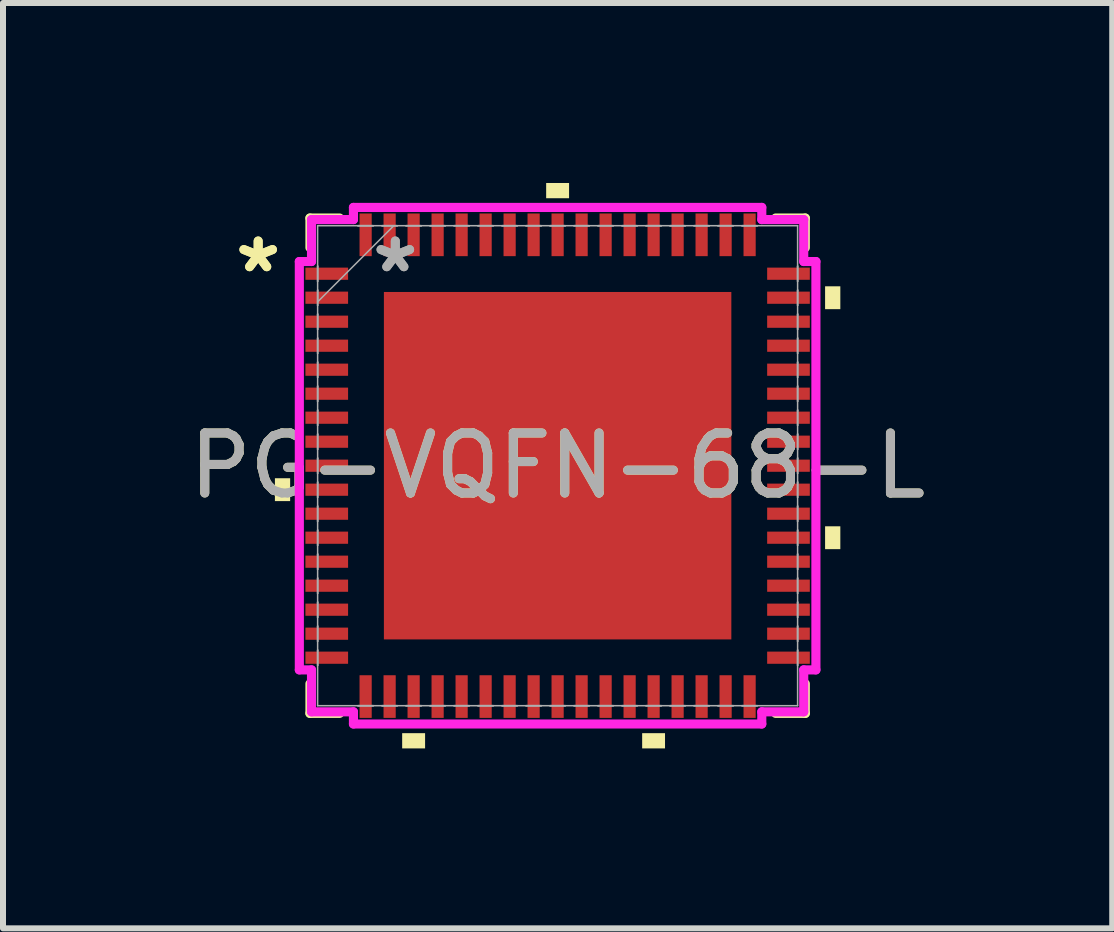
<source format=kicad_pcb>
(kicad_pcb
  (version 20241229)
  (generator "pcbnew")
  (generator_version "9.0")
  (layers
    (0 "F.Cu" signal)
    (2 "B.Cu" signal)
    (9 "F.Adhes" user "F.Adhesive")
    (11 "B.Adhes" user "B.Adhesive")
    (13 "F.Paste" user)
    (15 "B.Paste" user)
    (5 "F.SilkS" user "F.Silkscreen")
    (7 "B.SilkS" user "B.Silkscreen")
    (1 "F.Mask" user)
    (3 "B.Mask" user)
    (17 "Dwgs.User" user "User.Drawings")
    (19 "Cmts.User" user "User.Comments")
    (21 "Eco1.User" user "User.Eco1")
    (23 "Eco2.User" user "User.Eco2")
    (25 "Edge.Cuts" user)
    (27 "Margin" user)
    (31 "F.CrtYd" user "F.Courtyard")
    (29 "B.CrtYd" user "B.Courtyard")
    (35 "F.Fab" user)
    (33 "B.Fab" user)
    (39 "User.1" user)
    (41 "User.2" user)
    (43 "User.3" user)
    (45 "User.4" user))
  (footprint "PG-VQFN-68-L"
    (layer "F.Cu")
    (at 6.244 4.712)
    (property "Reference" "PG-VQFN-68-L" (at 0 0 0) (unlocked yes) (layer "F.SilkS") (effects (font (size 1 1) (thickness 0.15))))
    (attr smd)
    (fp_line (start -4.128 -4.128) (end -4.128 -3.634) (stroke (width 0.152) (type solid)) (layer "F.SilkS"))
    (fp_line (start -4.128 3.634) (end -4.128 4.128) (stroke (width 0.152) (type solid)) (layer "F.SilkS"))
    (fp_line (start -4.128 4.128) (end -3.634 4.128) (stroke (width 0.152) (type solid)) (layer "F.SilkS"))
    (fp_line (start -3.634 -4.128) (end -4.128 -4.128) (stroke (width 0.152) (type solid)) (layer "F.SilkS"))
    (fp_line (start 3.634 4.128) (end 4.128 4.128) (stroke (width 0.152) (type solid)) (layer "F.SilkS"))
    (fp_line (start 4.128 -4.128) (end 3.634 -4.128) (stroke (width 0.152) (type solid)) (layer "F.SilkS"))
    (fp_line (start 4.128 -3.634) (end 4.128 -4.128) (stroke (width 0.152) (type solid)) (layer "F.SilkS"))
    (fp_line (start 4.128 4.128) (end 4.128 3.634) (stroke (width 0.152) (type solid)) (layer "F.SilkS"))
    (fp_poly (pts (xy -4.712 0.209) (xy -4.712 0.59) (xy -4.458 0.59) (xy -4.458 0.209)) (stroke (width 0) (type solid)) (fill yes) (layer "F.SilkS"))
    (fp_poly (pts (xy -2.591 4.458) (xy -2.591 4.712) (xy -2.209 4.712) (xy -2.209 4.458)) (stroke (width 0) (type solid)) (fill yes) (layer "F.SilkS"))
    (fp_poly (pts (xy -0.191 -4.458) (xy -0.191 -4.712) (xy 0.191 -4.712) (xy 0.191 -4.458)) (stroke (width 0) (type solid)) (fill yes) (layer "F.SilkS"))
    (fp_poly (pts (xy 1.409 4.458) (xy 1.409 4.712) (xy 1.79 4.712) (xy 1.79 4.458)) (stroke (width 0) (type solid)) (fill yes) (layer "F.SilkS"))
    (fp_poly (pts (xy 4.712 -2.99) (xy 4.712 -2.609) (xy 4.458 -2.609) (xy 4.458 -2.99)) (stroke (width 0) (type solid)) (fill yes) (layer "F.SilkS"))
    (fp_poly (pts (xy 4.712 1.01) (xy 4.712 1.391) (xy 4.458 1.391) (xy 4.458 1.01)) (stroke (width 0) (type solid)) (fill yes) (layer "F.SilkS"))
    (fp_line (start -4.305 -3.403) (end -4.102 -3.403) (stroke (width 0.152) (type solid)) (layer "F.CrtYd"))
    (fp_line (start -4.305 3.403) (end -4.305 -3.403) (stroke (width 0.152) (type solid)) (layer "F.CrtYd"))
    (fp_line (start -4.102 -4.102) (end -3.403 -4.102) (stroke (width 0.152) (type solid)) (layer "F.CrtYd"))
    (fp_line (start -4.102 -3.403) (end -4.102 -4.102) (stroke (width 0.152) (type solid)) (layer "F.CrtYd"))
    (fp_line (start -4.102 3.403) (end -4.305 3.403) (stroke (width 0.152) (type solid)) (layer "F.CrtYd"))
    (fp_line (start -4.102 4.102) (end -4.102 3.403) (stroke (width 0.152) (type solid)) (layer "F.CrtYd"))
    (fp_line (start -3.403 -4.305) (end 3.403 -4.305) (stroke (width 0.152) (type solid)) (layer "F.CrtYd"))
    (fp_line (start -3.403 -4.102) (end -3.403 -4.305) (stroke (width 0.152) (type solid)) (layer "F.CrtYd"))
    (fp_line (start -3.403 4.102) (end -4.102 4.102) (stroke (width 0.152) (type solid)) (layer "F.CrtYd"))
    (fp_line (start -3.403 4.305) (end -3.403 4.102) (stroke (width 0.152) (type solid)) (layer "F.CrtYd"))
    (fp_line (start 3.403 -4.305) (end 3.403 -4.102) (stroke (width 0.152) (type solid)) (layer "F.CrtYd"))
    (fp_line (start 3.403 -4.102) (end 4.102 -4.102) (stroke (width 0.152) (type solid)) (layer "F.CrtYd"))
    (fp_line (start 3.403 4.102) (end 3.403 4.305) (stroke (width 0.152) (type solid)) (layer "F.CrtYd"))
    (fp_line (start 3.403 4.305) (end -3.403 4.305) (stroke (width 0.152) (type solid)) (layer "F.CrtYd"))
    (fp_line (start 4.102 -4.102) (end 4.102 -3.403) (stroke (width 0.152) (type solid)) (layer "F.CrtYd"))
    (fp_line (start 4.102 -3.403) (end 4.305 -3.403) (stroke (width 0.152) (type solid)) (layer "F.CrtYd"))
    (fp_line (start 4.102 3.403) (end 4.102 4.102) (stroke (width 0.152) (type solid)) (layer "F.CrtYd"))
    (fp_line (start 4.102 4.102) (end 3.403 4.102) (stroke (width 0.152) (type solid)) (layer "F.CrtYd"))
    (fp_line (start 4.305 -3.403) (end 4.305 3.403) (stroke (width 0.152) (type solid)) (layer "F.CrtYd"))
    (fp_line (start 4.305 3.403) (end 4.102 3.403) (stroke (width 0.152) (type solid)) (layer "F.CrtYd"))
    (fp_line (start -4 -4) (end -4 4) (stroke (width 0.025) (type solid)) (layer "F.Fab"))
    (fp_line (start -4 -3.327) (end -4 -3.327) (stroke (width 0.025) (type solid)) (layer "F.Fab"))
    (fp_line (start -4 -3.327) (end -4 -3.073) (stroke (width 0.025) (type solid)) (layer "F.Fab"))
    (fp_line (start -4 -3.073) (end -4 -3.327) (stroke (width 0.025) (type solid)) (layer "F.Fab"))
    (fp_line (start -4 -3.073) (end -4 -3.073) (stroke (width 0.025) (type solid)) (layer "F.Fab"))
    (fp_line (start -4 -2.927) (end -4 -2.927) (stroke (width 0.025) (type solid)) (layer "F.Fab"))
    (fp_line (start -4 -2.927) (end -4 -2.673) (stroke (width 0.025) (type solid)) (layer "F.Fab"))
    (fp_line (start -4 -2.731) (end -2.731 -4) (stroke (width 0.025) (type solid)) (layer "F.Fab"))
    (fp_line (start -4 -2.673) (end -4 -2.927) (stroke (width 0.025) (type solid)) (layer "F.Fab"))
    (fp_line (start -4 -2.673) (end -4 -2.673) (stroke (width 0.025) (type solid)) (layer "F.Fab"))
    (fp_line (start -4 -2.527) (end -4 -2.527) (stroke (width 0.025) (type solid)) (layer "F.Fab"))
    (fp_line (start -4 -2.527) (end -4 -2.273) (stroke (width 0.025) (type solid)) (layer "F.Fab"))
    (fp_line (start -4 -2.273) (end -4 -2.527) (stroke (width 0.025) (type solid)) (layer "F.Fab"))
    (fp_line (start -4 -2.273) (end -4 -2.273) (stroke (width 0.025) (type solid)) (layer "F.Fab"))
    (fp_line (start -4 -2.127) (end -4 -2.127) (stroke (width 0.025) (type solid)) (layer "F.Fab"))
    (fp_line (start -4 -2.127) (end -4 -1.873) (stroke (width 0.025) (type solid)) (layer "F.Fab"))
    (fp_line (start -4 -1.873) (end -4 -2.127) (stroke (width 0.025) (type solid)) (layer "F.Fab"))
    (fp_line (start -4 -1.873) (end -4 -1.873) (stroke (width 0.025) (type solid)) (layer "F.Fab"))
    (fp_line (start -4 -1.727) (end -4 -1.727) (stroke (width 0.025) (type solid)) (layer "F.Fab"))
    (fp_line (start -4 -1.727) (end -4 -1.473) (stroke (width 0.025) (type solid)) (layer "F.Fab"))
    (fp_line (start -4 -1.473) (end -4 -1.727) (stroke (width 0.025) (type solid)) (layer "F.Fab"))
    (fp_line (start -4 -1.473) (end -4 -1.473) (stroke (width 0.025) (type solid)) (layer "F.Fab"))
    (fp_line (start -4 -1.327) (end -4 -1.327) (stroke (width 0.025) (type solid)) (layer "F.Fab"))
    (fp_line (start -4 -1.327) (end -4 -1.073) (stroke (width 0.025) (type solid)) (layer "F.Fab"))
    (fp_line (start -4 -1.073) (end -4 -1.327) (stroke (width 0.025) (type solid)) (layer "F.Fab"))
    (fp_line (start -4 -1.073) (end -4 -1.073) (stroke (width 0.025) (type solid)) (layer "F.Fab"))
    (fp_line (start -4 -0.927) (end -4 -0.927) (stroke (width 0.025) (type solid)) (layer "F.Fab"))
    (fp_line (start -4 -0.927) (end -4 -0.673) (stroke (width 0.025) (type solid)) (layer "F.Fab"))
    (fp_line (start -4 -0.673) (end -4 -0.927) (stroke (width 0.025) (type solid)) (layer "F.Fab"))
    (fp_line (start -4 -0.673) (end -4 -0.673) (stroke (width 0.025) (type solid)) (layer "F.Fab"))
    (fp_line (start -4 -0.527) (end -4 -0.527) (stroke (width 0.025) (type solid)) (layer "F.Fab"))
    (fp_line (start -4 -0.527) (end -4 -0.273) (stroke (width 0.025) (type solid)) (layer "F.Fab"))
    (fp_line (start -4 -0.273) (end -4 -0.527) (stroke (width 0.025) (type solid)) (layer "F.Fab"))
    (fp_line (start -4 -0.273) (end -4 -0.273) (stroke (width 0.025) (type solid)) (layer "F.Fab"))
    (fp_line (start -4 -0.127) (end -4 -0.127) (stroke (width 0.025) (type solid)) (layer "F.Fab"))
    (fp_line (start -4 -0.127) (end -4 0.127) (stroke (width 0.025) (type solid)) (layer "F.Fab"))
    (fp_line (start -4 0.127) (end -4 -0.127) (stroke (width 0.025) (type solid)) (layer "F.Fab"))
    (fp_line (start -4 0.127) (end -4 0.127) (stroke (width 0.025) (type solid)) (layer "F.Fab"))
    (fp_line (start -4 0.273) (end -4 0.273) (stroke (width 0.025) (type solid)) (layer "F.Fab"))
    (fp_line (start -4 0.273) (end -4 0.527) (stroke (width 0.025) (type solid)) (layer "F.Fab"))
    (fp_line (start -4 0.527) (end -4 0.273) (stroke (width 0.025) (type solid)) (layer "F.Fab"))
    (fp_line (start -4 0.527) (end -4 0.527) (stroke (width 0.025) (type solid)) (layer "F.Fab"))
    (fp_line (start -4 0.673) (end -4 0.673) (stroke (width 0.025) (type solid)) (layer "F.Fab"))
    (fp_line (start -4 0.673) (end -4 0.927) (stroke (width 0.025) (type solid)) (layer "F.Fab"))
    (fp_line (start -4 0.927) (end -4 0.673) (stroke (width 0.025) (type solid)) (layer "F.Fab"))
    (fp_line (start -4 0.927) (end -4 0.927) (stroke (width 0.025) (type solid)) (layer "F.Fab"))
    (fp_line (start -4 1.073) (end -4 1.073) (stroke (width 0.025) (type solid)) (layer "F.Fab"))
    (fp_line (start -4 1.073) (end -4 1.327) (stroke (width 0.025) (type solid)) (layer "F.Fab"))
    (fp_line (start -4 1.327) (end -4 1.073) (stroke (width 0.025) (type solid)) (layer "F.Fab"))
    (fp_line (start -4 1.327) (end -4 1.327) (stroke (width 0.025) (type solid)) (layer "F.Fab"))
    (fp_line (start -4 1.473) (end -4 1.473) (stroke (width 0.025) (type solid)) (layer "F.Fab"))
    (fp_line (start -4 1.473) (end -4 1.727) (stroke (width 0.025) (type solid)) (layer "F.Fab"))
    (fp_line (start -4 1.727) (end -4 1.473) (stroke (width 0.025) (type solid)) (layer "F.Fab"))
    (fp_line (start -4 1.727) (end -4 1.727) (stroke (width 0.025) (type solid)) (layer "F.Fab"))
    (fp_line (start -4 1.873) (end -4 1.873) (stroke (width 0.025) (type solid)) (layer "F.Fab"))
    (fp_line (start -4 1.873) (end -4 2.127) (stroke (width 0.025) (type solid)) (layer "F.Fab"))
    (fp_line (start -4 2.127) (end -4 1.873) (stroke (width 0.025) (type solid)) (layer "F.Fab"))
    (fp_line (start -4 2.127) (end -4 2.127) (stroke (width 0.025) (type solid)) (layer "F.Fab"))
    (fp_line (start -4 2.273) (end -4 2.273) (stroke (width 0.025) (type solid)) (layer "F.Fab"))
    (fp_line (start -4 2.273) (end -4 2.527) (stroke (width 0.025) (type solid)) (layer "F.Fab"))
    (fp_line (start -4 2.527) (end -4 2.273) (stroke (width 0.025) (type solid)) (layer "F.Fab"))
    (fp_line (start -4 2.527) (end -4 2.527) (stroke (width 0.025) (type solid)) (layer "F.Fab"))
    (fp_line (start -4 2.673) (end -4 2.673) (stroke (width 0.025) (type solid)) (layer "F.Fab"))
    (fp_line (start -4 2.673) (end -4 2.927) (stroke (width 0.025) (type solid)) (layer "F.Fab"))
    (fp_line (start -4 2.927) (end -4 2.673) (stroke (width 0.025) (type solid)) (layer "F.Fab"))
    (fp_line (start -4 2.927) (end -4 2.927) (stroke (width 0.025) (type solid)) (layer "F.Fab"))
    (fp_line (start -4 3.073) (end -4 3.073) (stroke (width 0.025) (type solid)) (layer "F.Fab"))
    (fp_line (start -4 3.073) (end -4 3.327) (stroke (width 0.025) (type solid)) (layer "F.Fab"))
    (fp_line (start -4 3.327) (end -4 3.073) (stroke (width 0.025) (type solid)) (layer "F.Fab"))
    (fp_line (start -4 3.327) (end -4 3.327) (stroke (width 0.025) (type solid)) (layer "F.Fab"))
    (fp_line (start -4 4) (end 4 4) (stroke (width 0.025) (type solid)) (layer "F.Fab"))
    (fp_line (start -3.327 -4) (end -3.327 -4) (stroke (width 0.025) (type solid)) (layer "F.Fab"))
    (fp_line (start -3.327 -4) (end -3.073 -4) (stroke (width 0.025) (type solid)) (layer "F.Fab"))
    (fp_line (start -3.327 4) (end -3.327 4) (stroke (width 0.025) (type solid)) (layer "F.Fab"))
    (fp_line (start -3.327 4) (end -3.073 4) (stroke (width 0.025) (type solid)) (layer "F.Fab"))
    (fp_line (start -3.073 -4) (end -3.327 -4) (stroke (width 0.025) (type solid)) (layer "F.Fab"))
    (fp_line (start -3.073 -4) (end -3.073 -4) (stroke (width 0.025) (type solid)) (layer "F.Fab"))
    (fp_line (start -3.073 4) (end -3.327 4) (stroke (width 0.025) (type solid)) (layer "F.Fab"))
    (fp_line (start -3.073 4) (end -3.073 4) (stroke (width 0.025) (type solid)) (layer "F.Fab"))
    (fp_line (start -2.927 -4) (end -2.927 -4) (stroke (width 0.025) (type solid)) (layer "F.Fab"))
    (fp_line (start -2.927 -4) (end -2.673 -4) (stroke (width 0.025) (type solid)) (layer "F.Fab"))
    (fp_line (start -2.927 4) (end -2.927 4) (stroke (width 0.025) (type solid)) (layer "F.Fab"))
    (fp_line (start -2.927 4) (end -2.673 4) (stroke (width 0.025) (type solid)) (layer "F.Fab"))
    (fp_line (start -2.673 -4) (end -2.927 -4) (stroke (width 0.025) (type solid)) (layer "F.Fab"))
    (fp_line (start -2.673 -4) (end -2.673 -4) (stroke (width 0.025) (type solid)) (layer "F.Fab"))
    (fp_line (start -2.673 4) (end -2.927 4) (stroke (width 0.025) (type solid)) (layer "F.Fab"))
    (fp_line (start -2.673 4) (end -2.673 4) (stroke (width 0.025) (type solid)) (layer "F.Fab"))
    (fp_line (start -2.527 -4) (end -2.527 -4) (stroke (width 0.025) (type solid)) (layer "F.Fab"))
    (fp_line (start -2.527 -4) (end -2.273 -4) (stroke (width 0.025) (type solid)) (layer "F.Fab"))
    (fp_line (start -2.527 4) (end -2.527 4) (stroke (width 0.025) (type solid)) (layer "F.Fab"))
    (fp_line (start -2.527 4) (end -2.273 4) (stroke (width 0.025) (type solid)) (layer "F.Fab"))
    (fp_line (start -2.273 -4) (end -2.527 -4) (stroke (width 0.025) (type solid)) (layer "F.Fab"))
    (fp_line (start -2.273 -4) (end -2.273 -4) (stroke (width 0.025) (type solid)) (layer "F.Fab"))
    (fp_line (start -2.273 4) (end -2.527 4) (stroke (width 0.025) (type solid)) (layer "F.Fab"))
    (fp_line (start -2.273 4) (end -2.273 4) (stroke (width 0.025) (type solid)) (layer "F.Fab"))
    (fp_line (start -2.127 -4) (end -2.127 -4) (stroke (width 0.025) (type solid)) (layer "F.Fab"))
    (fp_line (start -2.127 -4) (end -1.873 -4) (stroke (width 0.025) (type solid)) (layer "F.Fab"))
    (fp_line (start -2.127 4) (end -2.127 4) (stroke (width 0.025) (type solid)) (layer "F.Fab"))
    (fp_line (start -2.127 4) (end -1.873 4) (stroke (width 0.025) (type solid)) (layer "F.Fab"))
    (fp_line (start -1.873 -4) (end -2.127 -4) (stroke (width 0.025) (type solid)) (layer "F.Fab"))
    (fp_line (start -1.873 -4) (end -1.873 -4) (stroke (width 0.025) (type solid)) (layer "F.Fab"))
    (fp_line (start -1.873 4) (end -2.127 4) (stroke (width 0.025) (type solid)) (layer "F.Fab"))
    (fp_line (start -1.873 4) (end -1.873 4) (stroke (width 0.025) (type solid)) (layer "F.Fab"))
    (fp_line (start -1.727 -4) (end -1.727 -4) (stroke (width 0.025) (type solid)) (layer "F.Fab"))
    (fp_line (start -1.727 -4) (end -1.473 -4) (stroke (width 0.025) (type solid)) (layer "F.Fab"))
    (fp_line (start -1.727 4) (end -1.727 4) (stroke (width 0.025) (type solid)) (layer "F.Fab"))
    (fp_line (start -1.727 4) (end -1.473 4) (stroke (width 0.025) (type solid)) (layer "F.Fab"))
    (fp_line (start -1.473 -4) (end -1.727 -4) (stroke (width 0.025) (type solid)) (layer "F.Fab"))
    (fp_line (start -1.473 -4) (end -1.473 -4) (stroke (width 0.025) (type solid)) (layer "F.Fab"))
    (fp_line (start -1.473 4) (end -1.727 4) (stroke (width 0.025) (type solid)) (layer "F.Fab"))
    (fp_line (start -1.473 4) (end -1.473 4) (stroke (width 0.025) (type solid)) (layer "F.Fab"))
    (fp_line (start -1.327 -4) (end -1.327 -4) (stroke (width 0.025) (type solid)) (layer "F.Fab"))
    (fp_line (start -1.327 -4) (end -1.073 -4) (stroke (width 0.025) (type solid)) (layer "F.Fab"))
    (fp_line (start -1.327 4) (end -1.327 4) (stroke (width 0.025) (type solid)) (layer "F.Fab"))
    (fp_line (start -1.327 4) (end -1.073 4) (stroke (width 0.025) (type solid)) (layer "F.Fab"))
    (fp_line (start -1.073 -4) (end -1.327 -4) (stroke (width 0.025) (type solid)) (layer "F.Fab"))
    (fp_line (start -1.073 -4) (end -1.073 -4) (stroke (width 0.025) (type solid)) (layer "F.Fab"))
    (fp_line (start -1.073 4) (end -1.327 4) (stroke (width 0.025) (type solid)) (layer "F.Fab"))
    (fp_line (start -1.073 4) (end -1.073 4) (stroke (width 0.025) (type solid)) (layer "F.Fab"))
    (fp_line (start -0.927 -4) (end -0.927 -4) (stroke (width 0.025) (type solid)) (layer "F.Fab"))
    (fp_line (start -0.927 -4) (end -0.673 -4) (stroke (width 0.025) (type solid)) (layer "F.Fab"))
    (fp_line (start -0.927 4) (end -0.927 4) (stroke (width 0.025) (type solid)) (layer "F.Fab"))
    (fp_line (start -0.927 4) (end -0.673 4) (stroke (width 0.025) (type solid)) (layer "F.Fab"))
    (fp_line (start -0.673 -4) (end -0.927 -4) (stroke (width 0.025) (type solid)) (layer "F.Fab"))
    (fp_line (start -0.673 -4) (end -0.673 -4) (stroke (width 0.025) (type solid)) (layer "F.Fab"))
    (fp_line (start -0.673 4) (end -0.927 4) (stroke (width 0.025) (type solid)) (layer "F.Fab"))
    (fp_line (start -0.673 4) (end -0.673 4) (stroke (width 0.025) (type solid)) (layer "F.Fab"))
    (fp_line (start -0.527 -4) (end -0.527 -4) (stroke (width 0.025) (type solid)) (layer "F.Fab"))
    (fp_line (start -0.527 -4) (end -0.273 -4) (stroke (width 0.025) (type solid)) (layer "F.Fab"))
    (fp_line (start -0.527 4) (end -0.527 4) (stroke (width 0.025) (type solid)) (layer "F.Fab"))
    (fp_line (start -0.527 4) (end -0.273 4) (stroke (width 0.025) (type solid)) (layer "F.Fab"))
    (fp_line (start -0.273 -4) (end -0.527 -4) (stroke (width 0.025) (type solid)) (layer "F.Fab"))
    (fp_line (start -0.273 -4) (end -0.273 -4) (stroke (width 0.025) (type solid)) (layer "F.Fab"))
    (fp_line (start -0.273 4) (end -0.527 4) (stroke (width 0.025) (type solid)) (layer "F.Fab"))
    (fp_line (start -0.273 4) (end -0.273 4) (stroke (width 0.025) (type solid)) (layer "F.Fab"))
    (fp_line (start -0.127 -4) (end -0.127 -4) (stroke (width 0.025) (type solid)) (layer "F.Fab"))
    (fp_line (start -0.127 -4) (end 0.127 -4) (stroke (width 0.025) (type solid)) (layer "F.Fab"))
    (fp_line (start -0.127 4) (end -0.127 4) (stroke (width 0.025) (type solid)) (layer "F.Fab"))
    (fp_line (start -0.127 4) (end 0.127 4) (stroke (width 0.025) (type solid)) (layer "F.Fab"))
    (fp_line (start 0.127 -4) (end -0.127 -4) (stroke (width 0.025) (type solid)) (layer "F.Fab"))
    (fp_line (start 0.127 -4) (end 0.127 -4) (stroke (width 0.025) (type solid)) (layer "F.Fab"))
    (fp_line (start 0.127 4) (end -0.127 4) (stroke (width 0.025) (type solid)) (layer "F.Fab"))
    (fp_line (start 0.127 4) (end 0.127 4) (stroke (width 0.025) (type solid)) (layer "F.Fab"))
    (fp_line (start 0.273 -4) (end 0.273 -4) (stroke (width 0.025) (type solid)) (layer "F.Fab"))
    (fp_line (start 0.273 -4) (end 0.527 -4) (stroke (width 0.025) (type solid)) (layer "F.Fab"))
    (fp_line (start 0.273 4) (end 0.273 4) (stroke (width 0.025) (type solid)) (layer "F.Fab"))
    (fp_line (start 0.273 4) (end 0.527 4) (stroke (width 0.025) (type solid)) (layer "F.Fab"))
    (fp_line (start 0.527 -4) (end 0.273 -4) (stroke (width 0.025) (type solid)) (layer "F.Fab"))
    (fp_line (start 0.527 -4) (end 0.527 -4) (stroke (width 0.025) (type solid)) (layer "F.Fab"))
    (fp_line (start 0.527 4) (end 0.273 4) (stroke (width 0.025) (type solid)) (layer "F.Fab"))
    (fp_line (start 0.527 4) (end 0.527 4) (stroke (width 0.025) (type solid)) (layer "F.Fab"))
    (fp_line (start 0.673 -4) (end 0.673 -4) (stroke (width 0.025) (type solid)) (layer "F.Fab"))
    (fp_line (start 0.673 -4) (end 0.927 -4) (stroke (width 0.025) (type solid)) (layer "F.Fab"))
    (fp_line (start 0.673 4) (end 0.673 4) (stroke (width 0.025) (type solid)) (layer "F.Fab"))
    (fp_line (start 0.673 4) (end 0.927 4) (stroke (width 0.025) (type solid)) (layer "F.Fab"))
    (fp_line (start 0.927 -4) (end 0.673 -4) (stroke (width 0.025) (type solid)) (layer "F.Fab"))
    (fp_line (start 0.927 -4) (end 0.927 -4) (stroke (width 0.025) (type solid)) (layer "F.Fab"))
    (fp_line (start 0.927 4) (end 0.673 4) (stroke (width 0.025) (type solid)) (layer "F.Fab"))
    (fp_line (start 0.927 4) (end 0.927 4) (stroke (width 0.025) (type solid)) (layer "F.Fab"))
    (fp_line (start 1.073 -4) (end 1.073 -4) (stroke (width 0.025) (type solid)) (layer "F.Fab"))
    (fp_line (start 1.073 -4) (end 1.327 -4) (stroke (width 0.025) (type solid)) (layer "F.Fab"))
    (fp_line (start 1.073 4) (end 1.073 4) (stroke (width 0.025) (type solid)) (layer "F.Fab"))
    (fp_line (start 1.073 4) (end 1.327 4) (stroke (width 0.025) (type solid)) (layer "F.Fab"))
    (fp_line (start 1.327 -4) (end 1.073 -4) (stroke (width 0.025) (type solid)) (layer "F.Fab"))
    (fp_line (start 1.327 -4) (end 1.327 -4) (stroke (width 0.025) (type solid)) (layer "F.Fab"))
    (fp_line (start 1.327 4) (end 1.073 4) (stroke (width 0.025) (type solid)) (layer "F.Fab"))
    (fp_line (start 1.327 4) (end 1.327 4) (stroke (width 0.025) (type solid)) (layer "F.Fab"))
    (fp_line (start 1.473 -4) (end 1.473 -4) (stroke (width 0.025) (type solid)) (layer "F.Fab"))
    (fp_line (start 1.473 -4) (end 1.727 -4) (stroke (width 0.025) (type solid)) (layer "F.Fab"))
    (fp_line (start 1.473 4) (end 1.473 4) (stroke (width 0.025) (type solid)) (layer "F.Fab"))
    (fp_line (start 1.473 4) (end 1.727 4) (stroke (width 0.025) (type solid)) (layer "F.Fab"))
    (fp_line (start 1.727 -4) (end 1.473 -4) (stroke (width 0.025) (type solid)) (layer "F.Fab"))
    (fp_line (start 1.727 -4) (end 1.727 -4) (stroke (width 0.025) (type solid)) (layer "F.Fab"))
    (fp_line (start 1.727 4) (end 1.473 4) (stroke (width 0.025) (type solid)) (layer "F.Fab"))
    (fp_line (start 1.727 4) (end 1.727 4) (stroke (width 0.025) (type solid)) (layer "F.Fab"))
    (fp_line (start 1.873 -4) (end 1.873 -4) (stroke (width 0.025) (type solid)) (layer "F.Fab"))
    (fp_line (start 1.873 -4) (end 2.127 -4) (stroke (width 0.025) (type solid)) (layer "F.Fab"))
    (fp_line (start 1.873 4) (end 1.873 4) (stroke (width 0.025) (type solid)) (layer "F.Fab"))
    (fp_line (start 1.873 4) (end 2.127 4) (stroke (width 0.025) (type solid)) (layer "F.Fab"))
    (fp_line (start 2.127 -4) (end 1.873 -4) (stroke (width 0.025) (type solid)) (layer "F.Fab"))
    (fp_line (start 2.127 -4) (end 2.127 -4) (stroke (width 0.025) (type solid)) (layer "F.Fab"))
    (fp_line (start 2.127 4) (end 1.873 4) (stroke (width 0.025) (type solid)) (layer "F.Fab"))
    (fp_line (start 2.127 4) (end 2.127 4) (stroke (width 0.025) (type solid)) (layer "F.Fab"))
    (fp_line (start 2.273 -4) (end 2.273 -4) (stroke (width 0.025) (type solid)) (layer "F.Fab"))
    (fp_line (start 2.273 -4) (end 2.527 -4) (stroke (width 0.025) (type solid)) (layer "F.Fab"))
    (fp_line (start 2.273 4) (end 2.273 4) (stroke (width 0.025) (type solid)) (layer "F.Fab"))
    (fp_line (start 2.273 4) (end 2.527 4) (stroke (width 0.025) (type solid)) (layer "F.Fab"))
    (fp_line (start 2.527 -4) (end 2.273 -4) (stroke (width 0.025) (type solid)) (layer "F.Fab"))
    (fp_line (start 2.527 -4) (end 2.527 -4) (stroke (width 0.025) (type solid)) (layer "F.Fab"))
    (fp_line (start 2.527 4) (end 2.273 4) (stroke (width 0.025) (type solid)) (layer "F.Fab"))
    (fp_line (start 2.527 4) (end 2.527 4) (stroke (width 0.025) (type solid)) (layer "F.Fab"))
    (fp_line (start 2.673 -4) (end 2.673 -4) (stroke (width 0.025) (type solid)) (layer "F.Fab"))
    (fp_line (start 2.673 -4) (end 2.927 -4) (stroke (width 0.025) (type solid)) (layer "F.Fab"))
    (fp_line (start 2.673 4) (end 2.673 4) (stroke (width 0.025) (type solid)) (layer "F.Fab"))
    (fp_line (start 2.673 4) (end 2.927 4) (stroke (width 0.025) (type solid)) (layer "F.Fab"))
    (fp_line (start 2.927 -4) (end 2.673 -4) (stroke (width 0.025) (type solid)) (layer "F.Fab"))
    (fp_line (start 2.927 -4) (end 2.927 -4) (stroke (width 0.025) (type solid)) (layer "F.Fab"))
    (fp_line (start 2.927 4) (end 2.673 4) (stroke (width 0.025) (type solid)) (layer "F.Fab"))
    (fp_line (start 2.927 4) (end 2.927 4) (stroke (width 0.025) (type solid)) (layer "F.Fab"))
    (fp_line (start 3.073 -4) (end 3.073 -4) (stroke (width 0.025) (type solid)) (layer "F.Fab"))
    (fp_line (start 3.073 -4) (end 3.327 -4) (stroke (width 0.025) (type solid)) (layer "F.Fab"))
    (fp_line (start 3.073 4) (end 3.073 4) (stroke (width 0.025) (type solid)) (layer "F.Fab"))
    (fp_line (start 3.073 4) (end 3.327 4) (stroke (width 0.025) (type solid)) (layer "F.Fab"))
    (fp_line (start 3.327 -4) (end 3.073 -4) (stroke (width 0.025) (type solid)) (layer "F.Fab"))
    (fp_line (start 3.327 -4) (end 3.327 -4) (stroke (width 0.025) (type solid)) (layer "F.Fab"))
    (fp_line (start 3.327 4) (end 3.073 4) (stroke (width 0.025) (type solid)) (layer "F.Fab"))
    (fp_line (start 3.327 4) (end 3.327 4) (stroke (width 0.025) (type solid)) (layer "F.Fab"))
    (fp_line (start 4 -4) (end -4 -4) (stroke (width 0.025) (type solid)) (layer "F.Fab"))
    (fp_line (start 4 -3.327) (end 4 -3.327) (stroke (width 0.025) (type solid)) (layer "F.Fab"))
    (fp_line (start 4 -3.327) (end 4 -3.073) (stroke (width 0.025) (type solid)) (layer "F.Fab"))
    (fp_line (start 4 -3.073) (end 4 -3.327) (stroke (width 0.025) (type solid)) (layer "F.Fab"))
    (fp_line (start 4 -3.073) (end 4 -3.073) (stroke (width 0.025) (type solid)) (layer "F.Fab"))
    (fp_line (start 4 -2.927) (end 4 -2.927) (stroke (width 0.025) (type solid)) (layer "F.Fab"))
    (fp_line (start 4 -2.927) (end 4 -2.673) (stroke (width 0.025) (type solid)) (layer "F.Fab"))
    (fp_line (start 4 -2.673) (end 4 -2.927) (stroke (width 0.025) (type solid)) (layer "F.Fab"))
    (fp_line (start 4 -2.673) (end 4 -2.673) (stroke (width 0.025) (type solid)) (layer "F.Fab"))
    (fp_line (start 4 -2.527) (end 4 -2.527) (stroke (width 0.025) (type solid)) (layer "F.Fab"))
    (fp_line (start 4 -2.527) (end 4 -2.273) (stroke (width 0.025) (type solid)) (layer "F.Fab"))
    (fp_line (start 4 -2.273) (end 4 -2.527) (stroke (width 0.025) (type solid)) (layer "F.Fab"))
    (fp_line (start 4 -2.273) (end 4 -2.273) (stroke (width 0.025) (type solid)) (layer "F.Fab"))
    (fp_line (start 4 -2.127) (end 4 -2.127) (stroke (width 0.025) (type solid)) (layer "F.Fab"))
    (fp_line (start 4 -2.127) (end 4 -1.873) (stroke (width 0.025) (type solid)) (layer "F.Fab"))
    (fp_line (start 4 -1.873) (end 4 -2.127) (stroke (width 0.025) (type solid)) (layer "F.Fab"))
    (fp_line (start 4 -1.873) (end 4 -1.873) (stroke (width 0.025) (type solid)) (layer "F.Fab"))
    (fp_line (start 4 -1.727) (end 4 -1.727) (stroke (width 0.025) (type solid)) (layer "F.Fab"))
    (fp_line (start 4 -1.727) (end 4 -1.473) (stroke (width 0.025) (type solid)) (layer "F.Fab"))
    (fp_line (start 4 -1.473) (end 4 -1.727) (stroke (width 0.025) (type solid)) (layer "F.Fab"))
    (fp_line (start 4 -1.473) (end 4 -1.473) (stroke (width 0.025) (type solid)) (layer "F.Fab"))
    (fp_line (start 4 -1.327) (end 4 -1.327) (stroke (width 0.025) (type solid)) (layer "F.Fab"))
    (fp_line (start 4 -1.327) (end 4 -1.073) (stroke (width 0.025) (type solid)) (layer "F.Fab"))
    (fp_line (start 4 -1.073) (end 4 -1.327) (stroke (width 0.025) (type solid)) (layer "F.Fab"))
    (fp_line (start 4 -1.073) (end 4 -1.073) (stroke (width 0.025) (type solid)) (layer "F.Fab"))
    (fp_line (start 4 -0.927) (end 4 -0.927) (stroke (width 0.025) (type solid)) (layer "F.Fab"))
    (fp_line (start 4 -0.927) (end 4 -0.673) (stroke (width 0.025) (type solid)) (layer "F.Fab"))
    (fp_line (start 4 -0.673) (end 4 -0.927) (stroke (width 0.025) (type solid)) (layer "F.Fab"))
    (fp_line (start 4 -0.673) (end 4 -0.673) (stroke (width 0.025) (type solid)) (layer "F.Fab"))
    (fp_line (start 4 -0.527) (end 4 -0.527) (stroke (width 0.025) (type solid)) (layer "F.Fab"))
    (fp_line (start 4 -0.527) (end 4 -0.273) (stroke (width 0.025) (type solid)) (layer "F.Fab"))
    (fp_line (start 4 -0.273) (end 4 -0.527) (stroke (width 0.025) (type solid)) (layer "F.Fab"))
    (fp_line (start 4 -0.273) (end 4 -0.273) (stroke (width 0.025) (type solid)) (layer "F.Fab"))
    (fp_line (start 4 -0.127) (end 4 -0.127) (stroke (width 0.025) (type solid)) (layer "F.Fab"))
    (fp_line (start 4 -0.127) (end 4 0.127) (stroke (width 0.025) (type solid)) (layer "F.Fab"))
    (fp_line (start 4 0.127) (end 4 -0.127) (stroke (width 0.025) (type solid)) (layer "F.Fab"))
    (fp_line (start 4 0.127) (end 4 0.127) (stroke (width 0.025) (type solid)) (layer "F.Fab"))
    (fp_line (start 4 0.273) (end 4 0.273) (stroke (width 0.025) (type solid)) (layer "F.Fab"))
    (fp_line (start 4 0.273) (end 4 0.527) (stroke (width 0.025) (type solid)) (layer "F.Fab"))
    (fp_line (start 4 0.527) (end 4 0.273) (stroke (width 0.025) (type solid)) (layer "F.Fab"))
    (fp_line (start 4 0.527) (end 4 0.527) (stroke (width 0.025) (type solid)) (layer "F.Fab"))
    (fp_line (start 4 0.673) (end 4 0.673) (stroke (width 0.025) (type solid)) (layer "F.Fab"))
    (fp_line (start 4 0.673) (end 4 0.927) (stroke (width 0.025) (type solid)) (layer "F.Fab"))
    (fp_line (start 4 0.927) (end 4 0.673) (stroke (width 0.025) (type solid)) (layer "F.Fab"))
    (fp_line (start 4 0.927) (end 4 0.927) (stroke (width 0.025) (type solid)) (layer "F.Fab"))
    (fp_line (start 4 1.073) (end 4 1.073) (stroke (width 0.025) (type solid)) (layer "F.Fab"))
    (fp_line (start 4 1.073) (end 4 1.327) (stroke (width 0.025) (type solid)) (layer "F.Fab"))
    (fp_line (start 4 1.327) (end 4 1.073) (stroke (width 0.025) (type solid)) (layer "F.Fab"))
    (fp_line (start 4 1.327) (end 4 1.327) (stroke (width 0.025) (type solid)) (layer "F.Fab"))
    (fp_line (start 4 1.473) (end 4 1.473) (stroke (width 0.025) (type solid)) (layer "F.Fab"))
    (fp_line (start 4 1.473) (end 4 1.727) (stroke (width 0.025) (type solid)) (layer "F.Fab"))
    (fp_line (start 4 1.727) (end 4 1.473) (stroke (width 0.025) (type solid)) (layer "F.Fab"))
    (fp_line (start 4 1.727) (end 4 1.727) (stroke (width 0.025) (type solid)) (layer "F.Fab"))
    (fp_line (start 4 1.873) (end 4 1.873) (stroke (width 0.025) (type solid)) (layer "F.Fab"))
    (fp_line (start 4 1.873) (end 4 2.127) (stroke (width 0.025) (type solid)) (layer "F.Fab"))
    (fp_line (start 4 2.127) (end 4 1.873) (stroke (width 0.025) (type solid)) (layer "F.Fab"))
    (fp_line (start 4 2.127) (end 4 2.127) (stroke (width 0.025) (type solid)) (layer "F.Fab"))
    (fp_line (start 4 2.273) (end 4 2.273) (stroke (width 0.025) (type solid)) (layer "F.Fab"))
    (fp_line (start 4 2.273) (end 4 2.527) (stroke (width 0.025) (type solid)) (layer "F.Fab"))
    (fp_line (start 4 2.527) (end 4 2.273) (stroke (width 0.025) (type solid)) (layer "F.Fab"))
    (fp_line (start 4 2.527) (end 4 2.527) (stroke (width 0.025) (type solid)) (layer "F.Fab"))
    (fp_line (start 4 2.673) (end 4 2.673) (stroke (width 0.025) (type solid)) (layer "F.Fab"))
    (fp_line (start 4 2.673) (end 4 2.927) (stroke (width 0.025) (type solid)) (layer "F.Fab"))
    (fp_line (start 4 2.927) (end 4 2.673) (stroke (width 0.025) (type solid)) (layer "F.Fab"))
    (fp_line (start 4 2.927) (end 4 2.927) (stroke (width 0.025) (type solid)) (layer "F.Fab"))
    (fp_line (start 4 3.073) (end 4 3.073) (stroke (width 0.025) (type solid)) (layer "F.Fab"))
    (fp_line (start 4 3.073) (end 4 3.327) (stroke (width 0.025) (type solid)) (layer "F.Fab"))
    (fp_line (start 4 3.327) (end 4 3.073) (stroke (width 0.025) (type solid)) (layer "F.Fab"))
    (fp_line (start 4 3.327) (end 4 3.327) (stroke (width 0.025) (type solid)) (layer "F.Fab"))
    (fp_line (start 4 4) (end 4 -4) (stroke (width 0.025) (type solid)) (layer "F.Fab"))
    (fp_text user "*" (at -4.991 -3.2 0) (unlocked yes) (layer "F.SilkS") (effects (font (size 1 1) (thickness 0.15))))
    (fp_text user "*" (at -4.991 -3.2 0) (layer "F.SilkS") (effects (font (size 1 1) (thickness 0.15))))
    (fp_text user "*" (at -2.705 -3.2 0) (unlocked yes) (layer "F.Fab") (effects (font (size 1 1) (thickness 0.15))))
    (fp_text user "*" (at -2.705 -3.2 0) (layer "F.Fab") (effects (font (size 1 1) (thickness 0.15))))
    (fp_text user "${REFERENCE}" (at 0 0 0) (unlocked yes) (layer "F.Fab") (effects (font (size 1 1) (thickness 0.15))))
    (pad "1" smd rect (at -3.848 -3.2 90) (size 0.203 0.711) (layers "F.Cu" "F.Mask" "F.Paste"))
    (pad "2" smd rect (at -3.848 -2.8 90) (size 0.203 0.711) (layers "F.Cu" "F.Mask" "F.Paste"))
    (pad "3" smd rect (at -3.848 -2.4 90) (size 0.203 0.711) (layers "F.Cu" "F.Mask" "F.Paste"))
    (pad "4" smd rect (at -3.848 -2 90) (size 0.203 0.711) (layers "F.Cu" "F.Mask" "F.Paste"))
    (pad "5" smd rect (at -3.848 -1.6 90) (size 0.203 0.711) (layers "F.Cu" "F.Mask" "F.Paste"))
    (pad "6" smd rect (at -3.848 -1.2 90) (size 0.203 0.711) (layers "F.Cu" "F.Mask" "F.Paste"))
    (pad "7" smd rect (at -3.848 -0.8 90) (size 0.203 0.711) (layers "F.Cu" "F.Mask" "F.Paste"))
    (pad "8" smd rect (at -3.848 -0.4 90) (size 0.203 0.711) (layers "F.Cu" "F.Mask" "F.Paste"))
    (pad "9" smd rect (at -3.848 0 90) (size 0.203 0.711) (layers "F.Cu" "F.Mask" "F.Paste"))
    (pad "10" smd rect (at -3.848 0.4 90) (size 0.203 0.711) (layers "F.Cu" "F.Mask" "F.Paste"))
    (pad "11" smd rect (at -3.848 0.8 90) (size 0.203 0.711) (layers "F.Cu" "F.Mask" "F.Paste"))
    (pad "12" smd rect (at -3.848 1.2 90) (size 0.203 0.711) (layers "F.Cu" "F.Mask" "F.Paste"))
    (pad "13" smd rect (at -3.848 1.6 90) (size 0.203 0.711) (layers "F.Cu" "F.Mask" "F.Paste"))
    (pad "14" smd rect (at -3.848 2 90) (size 0.203 0.711) (layers "F.Cu" "F.Mask" "F.Paste"))
    (pad "15" smd rect (at -3.848 2.4 90) (size 0.203 0.711) (layers "F.Cu" "F.Mask" "F.Paste"))
    (pad "16" smd rect (at -3.848 2.8 90) (size 0.203 0.711) (layers "F.Cu" "F.Mask" "F.Paste"))
    (pad "17" smd rect (at -3.848 3.2 90) (size 0.203 0.711) (layers "F.Cu" "F.Mask" "F.Paste"))
    (pad "18" smd rect (at -3.2 3.848) (size 0.203 0.711) (layers "F.Cu" "F.Mask" "F.Paste"))
    (pad "19" smd rect (at -2.8 3.848) (size 0.203 0.711) (layers "F.Cu" "F.Mask" "F.Paste"))
    (pad "20" smd rect (at -2.4 3.848) (size 0.203 0.711) (layers "F.Cu" "F.Mask" "F.Paste"))
    (pad "21" smd rect (at -2 3.848) (size 0.203 0.711) (layers "F.Cu" "F.Mask" "F.Paste"))
    (pad "22" smd rect (at -1.6 3.848) (size 0.203 0.711) (layers "F.Cu" "F.Mask" "F.Paste"))
    (pad "23" smd rect (at -1.2 3.848) (size 0.203 0.711) (layers "F.Cu" "F.Mask" "F.Paste"))
    (pad "24" smd rect (at -0.8 3.848) (size 0.203 0.711) (layers "F.Cu" "F.Mask" "F.Paste"))
    (pad "25" smd rect (at -0.4 3.848) (size 0.203 0.711) (layers "F.Cu" "F.Mask" "F.Paste"))
    (pad "26" smd rect (at 0 3.848) (size 0.203 0.711) (layers "F.Cu" "F.Mask" "F.Paste"))
    (pad "27" smd rect (at 0.4 3.848) (size 0.203 0.711) (layers "F.Cu" "F.Mask" "F.Paste"))
    (pad "28" smd rect (at 0.8 3.848) (size 0.203 0.711) (layers "F.Cu" "F.Mask" "F.Paste"))
    (pad "29" smd rect (at 1.2 3.848) (size 0.203 0.711) (layers "F.Cu" "F.Mask" "F.Paste"))
    (pad "30" smd rect (at 1.6 3.848) (size 0.203 0.711) (layers "F.Cu" "F.Mask" "F.Paste"))
    (pad "31" smd rect (at 2 3.848) (size 0.203 0.711) (layers "F.Cu" "F.Mask" "F.Paste"))
    (pad "32" smd rect (at 2.4 3.848) (size 0.203 0.711) (layers "F.Cu" "F.Mask" "F.Paste"))
    (pad "33" smd rect (at 2.8 3.848) (size 0.203 0.711) (layers "F.Cu" "F.Mask" "F.Paste"))
    (pad "34" smd rect (at 3.2 3.848) (size 0.203 0.711) (layers "F.Cu" "F.Mask" "F.Paste"))
    (pad "35" smd rect (at 3.848 3.2 90) (size 0.203 0.711) (layers "F.Cu" "F.Mask" "F.Paste"))
    (pad "36" smd rect (at 3.848 2.8 90) (size 0.203 0.711) (layers "F.Cu" "F.Mask" "F.Paste"))
    (pad "37" smd rect (at 3.848 2.4 90) (size 0.203 0.711) (layers "F.Cu" "F.Mask" "F.Paste"))
    (pad "38" smd rect (at 3.848 2 90) (size 0.203 0.711) (layers "F.Cu" "F.Mask" "F.Paste"))
    (pad "39" smd rect (at 3.848 1.6 90) (size 0.203 0.711) (layers "F.Cu" "F.Mask" "F.Paste"))
    (pad "40" smd rect (at 3.848 1.2 90) (size 0.203 0.711) (layers "F.Cu" "F.Mask" "F.Paste"))
    (pad "41" smd rect (at 3.848 0.8 90) (size 0.203 0.711) (layers "F.Cu" "F.Mask" "F.Paste"))
    (pad "42" smd rect (at 3.848 0.4 90) (size 0.203 0.711) (layers "F.Cu" "F.Mask" "F.Paste"))
    (pad "43" smd rect (at 3.848 0 90) (size 0.203 0.711) (layers "F.Cu" "F.Mask" "F.Paste"))
    (pad "44" smd rect (at 3.848 -0.4 90) (size 0.203 0.711) (layers "F.Cu" "F.Mask" "F.Paste"))
    (pad "45" smd rect (at 3.848 -0.8 90) (size 0.203 0.711) (layers "F.Cu" "F.Mask" "F.Paste"))
    (pad "46" smd rect (at 3.848 -1.2 90) (size 0.203 0.711) (layers "F.Cu" "F.Mask" "F.Paste"))
    (pad "47" smd rect (at 3.848 -1.6 90) (size 0.203 0.711) (layers "F.Cu" "F.Mask" "F.Paste"))
    (pad "48" smd rect (at 3.848 -2 90) (size 0.203 0.711) (layers "F.Cu" "F.Mask" "F.Paste"))
    (pad "49" smd rect (at 3.848 -2.4 90) (size 0.203 0.711) (layers "F.Cu" "F.Mask" "F.Paste"))
    (pad "50" smd rect (at 3.848 -2.8 90) (size 0.203 0.711) (layers "F.Cu" "F.Mask" "F.Paste"))
    (pad "51" smd rect (at 3.848 -3.2 90) (size 0.203 0.711) (layers "F.Cu" "F.Mask" "F.Paste"))
    (pad "52" smd rect (at 3.2 -3.848) (size 0.203 0.711) (layers "F.Cu" "F.Mask" "F.Paste"))
    (pad "53" smd rect (at 2.8 -3.848) (size 0.203 0.711) (layers "F.Cu" "F.Mask" "F.Paste"))
    (pad "54" smd rect (at 2.4 -3.848) (size 0.203 0.711) (layers "F.Cu" "F.Mask" "F.Paste"))
    (pad "55" smd rect (at 2 -3.848) (size 0.203 0.711) (layers "F.Cu" "F.Mask" "F.Paste"))
    (pad "56" smd rect (at 1.6 -3.848) (size 0.203 0.711) (layers "F.Cu" "F.Mask" "F.Paste"))
    (pad "57" smd rect (at 1.2 -3.848) (size 0.203 0.711) (layers "F.Cu" "F.Mask" "F.Paste"))
    (pad "58" smd rect (at 0.8 -3.848) (size 0.203 0.711) (layers "F.Cu" "F.Mask" "F.Paste"))
    (pad "59" smd rect (at 0.4 -3.848) (size 0.203 0.711) (layers "F.Cu" "F.Mask" "F.Paste"))
    (pad "60" smd rect (at 0 -3.848) (size 0.203 0.711) (layers "F.Cu" "F.Mask" "F.Paste"))
    (pad "61" smd rect (at -0.4 -3.848) (size 0.203 0.711) (layers "F.Cu" "F.Mask" "F.Paste"))
    (pad "62" smd rect (at -0.8 -3.848) (size 0.203 0.711) (layers "F.Cu" "F.Mask" "F.Paste"))
    (pad "63" smd rect (at -1.2 -3.848) (size 0.203 0.711) (layers "F.Cu" "F.Mask" "F.Paste"))
    (pad "64" smd rect (at -1.6 -3.848) (size 0.203 0.711) (layers "F.Cu" "F.Mask" "F.Paste"))
    (pad "65" smd rect (at -2 -3.848) (size 0.203 0.711) (layers "F.Cu" "F.Mask" "F.Paste"))
    (pad "66" smd rect (at -2.4 -3.848) (size 0.203 0.711) (layers "F.Cu" "F.Mask" "F.Paste"))
    (pad "67" smd rect (at -2.8 -3.848) (size 0.203 0.711) (layers "F.Cu" "F.Mask" "F.Paste"))
    (pad "68" smd rect (at -3.2 -3.848) (size 0.203 0.711) (layers "F.Cu" "F.Mask" "F.Paste"))
    (pad "69" smd rect (at 0 0) (size 5.791 5.791) (layers "F.Cu" "F.Mask" "F.Paste")))
  (gr_rect
    (start -3 -3)
    (end 15.488 12.423)
    (stroke (width 0.1) (type default))
    (fill no)
    (layer "Edge.Cuts")))
</source>
